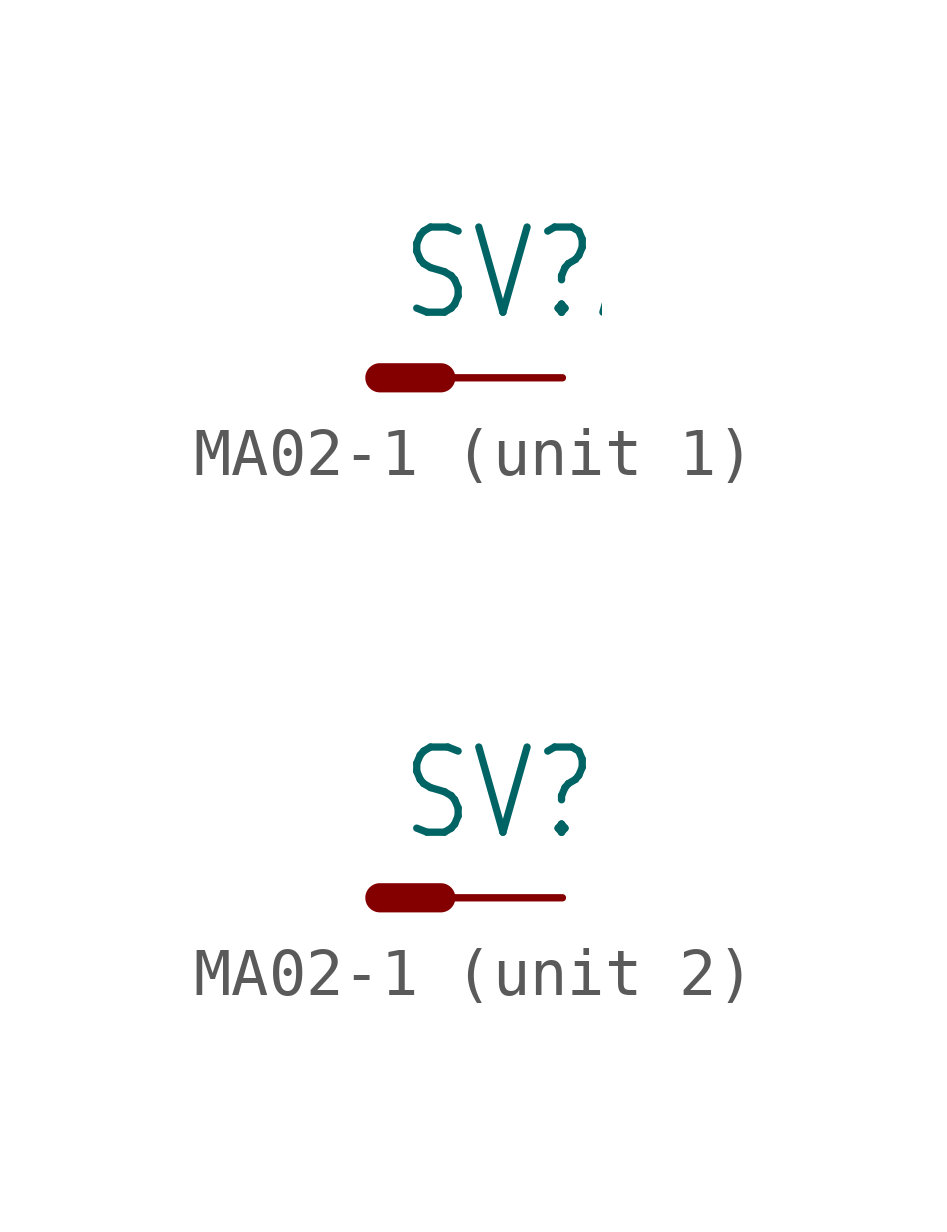
<source format=kicad_sym>
(kicad_symbol_lib
  (version 20211014)
  (generator kicad_symbol_editor)
  (symbol "MA02-1"
    (property "Reference" "SV"
      (at -3.429 1.143 0)
      (effects (font (size 1.778 1.511)) (justify left bottom)))
    (property "ki_locked" ""
      (at 0 0 0)
      (effects (font (size 1.27 1.27))))
    (symbol "MA02-1_1_0"
      (polyline (pts (xy -3.81 0) (xy -2.54 0)) (stroke (width 0.61) (type default) (color 0 0 0 0)) (fill (type none)))
      (pin passive line (at 0 0 180) (length 2.54) (name "P$1" (effects (font (size 0 0)))) (number "1" (effects (font (size 0 0))))))
    (symbol "MA02-1_2_0"
      (polyline (pts (xy -3.81 0) (xy -2.54 0)) (stroke (width 0.61) (type default) (color 0 0 0 0)) (fill (type none)))
      (pin passive line (at 0 0 180) (length 2.54) (name "P$1" (effects (font (size 0 0)))) (number "2" (effects (font (size 0 0))))))))
</source>
